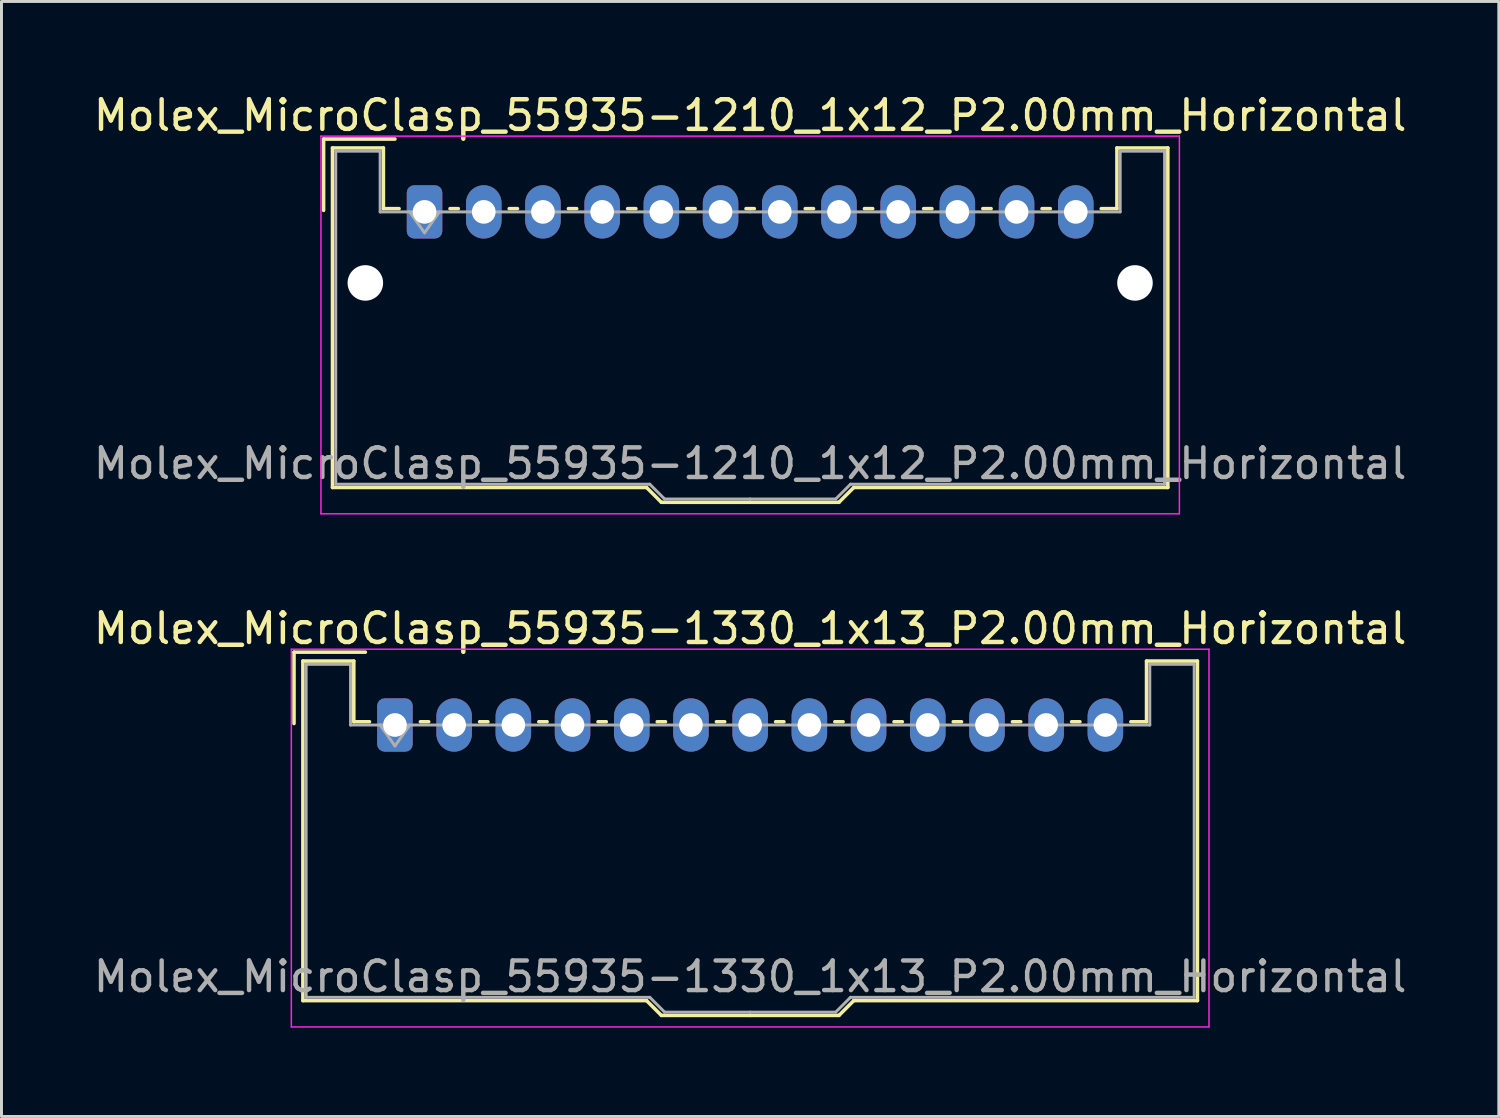
<source format=kicad_pcb>
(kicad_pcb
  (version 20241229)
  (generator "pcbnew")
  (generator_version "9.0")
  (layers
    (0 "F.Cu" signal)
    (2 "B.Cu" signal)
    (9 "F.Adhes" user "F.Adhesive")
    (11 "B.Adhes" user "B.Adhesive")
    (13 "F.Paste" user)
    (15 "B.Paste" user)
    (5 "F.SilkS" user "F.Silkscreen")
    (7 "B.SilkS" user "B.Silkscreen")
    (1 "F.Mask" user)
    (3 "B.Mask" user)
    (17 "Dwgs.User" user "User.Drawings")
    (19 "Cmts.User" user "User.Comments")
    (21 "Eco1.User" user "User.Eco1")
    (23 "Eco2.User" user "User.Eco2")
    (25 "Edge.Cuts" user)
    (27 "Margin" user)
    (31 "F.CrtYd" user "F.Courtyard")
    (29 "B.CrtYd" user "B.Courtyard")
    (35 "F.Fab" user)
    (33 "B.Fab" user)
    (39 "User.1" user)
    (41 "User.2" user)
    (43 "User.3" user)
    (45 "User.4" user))
  (footprint "Molex_MicroClasp_55935-1330_1x13_P2.00mm_Horizontal"
    (layer "F.Cu")
    (at 10.292 21.442)
    (property "Reference" "Molex_MicroClasp_55935-1330_1x13_P2.00mm_Horizontal" (at 12 -3.26 0) (layer "F.SilkS") (effects (font (size 1 1) (thickness 0.15))))
    (attr through_hole)
    (fp_line (start -3.41 -2.46) (end -1 -2.46) (stroke (width 0.12) (type solid)) (layer "F.SilkS"))
    (fp_line (start -3.41 -0.05) (end -3.41 -2.46) (stroke (width 0.12) (type solid)) (layer "F.SilkS"))
    (fp_line (start -3.11 -2.16) (end -1.39 -2.16) (stroke (width 0.12) (type solid)) (layer "F.SilkS"))
    (fp_line (start -3.11 9.31) (end -3.11 -2.16) (stroke (width 0.12) (type solid)) (layer "F.SilkS"))
    (fp_line (start -1.39 -2.16) (end -1.39 -0.11) (stroke (width 0.12) (type solid)) (layer "F.SilkS"))
    (fp_line (start -1.39 -0.11) (end -0.86 -0.11) (stroke (width 0.12) (type solid)) (layer "F.SilkS"))
    (fp_line (start 0.86 -0.11) (end 1.14 -0.11) (stroke (width 0.12) (type solid)) (layer "F.SilkS"))
    (fp_line (start 2.86 -0.11) (end 3.14 -0.11) (stroke (width 0.12) (type solid)) (layer "F.SilkS"))
    (fp_line (start 4.86 -0.11) (end 5.14 -0.11) (stroke (width 0.12) (type solid)) (layer "F.SilkS"))
    (fp_line (start 6.86 -0.11) (end 7.14 -0.11) (stroke (width 0.12) (type solid)) (layer "F.SilkS"))
    (fp_line (start 8.5 9.31) (end -3.11 9.31) (stroke (width 0.12) (type solid)) (layer "F.SilkS"))
    (fp_line (start 8.86 -0.11) (end 9.14 -0.11) (stroke (width 0.12) (type solid)) (layer "F.SilkS"))
    (fp_line (start 9 9.81) (end 8.5 9.31) (stroke (width 0.12) (type solid)) (layer "F.SilkS"))
    (fp_line (start 10.86 -0.11) (end 11.14 -0.11) (stroke (width 0.12) (type solid)) (layer "F.SilkS"))
    (fp_line (start 12 9.81) (end 9 9.81) (stroke (width 0.12) (type solid)) (layer "F.SilkS"))
    (fp_line (start 12 9.81) (end 15 9.81) (stroke (width 0.12) (type solid)) (layer "F.SilkS"))
    (fp_line (start 12.86 -0.11) (end 13.14 -0.11) (stroke (width 0.12) (type solid)) (layer "F.SilkS"))
    (fp_line (start 14.86 -0.11) (end 15.14 -0.11) (stroke (width 0.12) (type solid)) (layer "F.SilkS"))
    (fp_line (start 15 9.81) (end 15.5 9.31) (stroke (width 0.12) (type solid)) (layer "F.SilkS"))
    (fp_line (start 15.5 9.31) (end 27.11 9.31) (stroke (width 0.12) (type solid)) (layer "F.SilkS"))
    (fp_line (start 16.86 -0.11) (end 17.14 -0.11) (stroke (width 0.12) (type solid)) (layer "F.SilkS"))
    (fp_line (start 18.86 -0.11) (end 19.14 -0.11) (stroke (width 0.12) (type solid)) (layer "F.SilkS"))
    (fp_line (start 20.86 -0.11) (end 21.14 -0.11) (stroke (width 0.12) (type solid)) (layer "F.SilkS"))
    (fp_line (start 22.86 -0.11) (end 23.14 -0.11) (stroke (width 0.12) (type solid)) (layer "F.SilkS"))
    (fp_line (start 25.39 -2.16) (end 25.39 -0.11) (stroke (width 0.12) (type solid)) (layer "F.SilkS"))
    (fp_line (start 25.39 -0.11) (end 24.86 -0.11) (stroke (width 0.12) (type solid)) (layer "F.SilkS"))
    (fp_line (start 27.11 -2.16) (end 25.39 -2.16) (stroke (width 0.12) (type solid)) (layer "F.SilkS"))
    (fp_line (start 27.11 9.31) (end 27.11 -2.16) (stroke (width 0.12) (type solid)) (layer "F.SilkS"))
    (fp_line (start -3.5 -2.56) (end -3.5 10.2) (stroke (width 0.05) (type solid)) (layer "F.CrtYd"))
    (fp_line (start -3.5 10.2) (end 27.5 10.2) (stroke (width 0.05) (type solid)) (layer "F.CrtYd"))
    (fp_line (start 27.5 -2.56) (end -3.5 -2.56) (stroke (width 0.05) (type solid)) (layer "F.CrtYd"))
    (fp_line (start 27.5 10.2) (end 27.5 -2.56) (stroke (width 0.05) (type solid)) (layer "F.CrtYd"))
    (fp_line (start -3 -2.05) (end -1.5 -2.05) (stroke (width 0.1) (type solid)) (layer "F.Fab"))
    (fp_line (start -3 9.2) (end -3 -2.05) (stroke (width 0.1) (type solid)) (layer "F.Fab"))
    (fp_line (start -1.5 -2.05) (end -1.5 0) (stroke (width 0.1) (type solid)) (layer "F.Fab"))
    (fp_line (start -1.5 0) (end 12 0) (stroke (width 0.1) (type solid)) (layer "F.Fab"))
    (fp_line (start -0.5 0) (end 0 0.707) (stroke (width 0.1) (type solid)) (layer "F.Fab"))
    (fp_line (start 0 0.707) (end 0.5 0) (stroke (width 0.1) (type solid)) (layer "F.Fab"))
    (fp_line (start 8.61 9.2) (end -3 9.2) (stroke (width 0.1) (type solid)) (layer "F.Fab"))
    (fp_line (start 9.11 9.7) (end 8.61 9.2) (stroke (width 0.1) (type solid)) (layer "F.Fab"))
    (fp_line (start 12 9.7) (end 9.11 9.7) (stroke (width 0.1) (type solid)) (layer "F.Fab"))
    (fp_line (start 12 9.7) (end 14.89 9.7) (stroke (width 0.1) (type solid)) (layer "F.Fab"))
    (fp_line (start 14.89 9.7) (end 15.39 9.2) (stroke (width 0.1) (type solid)) (layer "F.Fab"))
    (fp_line (start 15.39 9.2) (end 27 9.2) (stroke (width 0.1) (type solid)) (layer "F.Fab"))
    (fp_line (start 25.5 -2.05) (end 25.5 0) (stroke (width 0.1) (type solid)) (layer "F.Fab"))
    (fp_line (start 25.5 0) (end 12 0) (stroke (width 0.1) (type solid)) (layer "F.Fab"))
    (fp_line (start 27 -2.05) (end 25.5 -2.05) (stroke (width 0.1) (type solid)) (layer "F.Fab"))
    (fp_line (start 27 9.2) (end 27 -2.05) (stroke (width 0.1) (type solid)) (layer "F.Fab"))
    (fp_text user "${REFERENCE}" (at 12 8.5 0) (layer "F.Fab") (effects (font (size 1 1) (thickness 0.15))))
    (pad "1" thru_hole roundrect (at 0 0) (size 1.2 1.8) (drill 0.8) (layers "*.Cu" "*.Mask") (roundrect_rratio 0.208))
    (pad "2" thru_hole oval (at 2 0) (size 1.2 1.8) (drill 0.8) (layers "*.Cu" "*.Mask"))
    (pad "3" thru_hole oval (at 4 0) (size 1.2 1.8) (drill 0.8) (layers "*.Cu" "*.Mask"))
    (pad "4" thru_hole oval (at 6 0) (size 1.2 1.8) (drill 0.8) (layers "*.Cu" "*.Mask"))
    (pad "5" thru_hole oval (at 8 0) (size 1.2 1.8) (drill 0.8) (layers "*.Cu" "*.Mask"))
    (pad "6" thru_hole oval (at 10 0) (size 1.2 1.8) (drill 0.8) (layers "*.Cu" "*.Mask"))
    (pad "7" thru_hole oval (at 12 0) (size 1.2 1.8) (drill 0.8) (layers "*.Cu" "*.Mask"))
    (pad "8" thru_hole oval (at 14 0) (size 1.2 1.8) (drill 0.8) (layers "*.Cu" "*.Mask"))
    (pad "9" thru_hole oval (at 16 0) (size 1.2 1.8) (drill 0.8) (layers "*.Cu" "*.Mask"))
    (pad "10" thru_hole oval (at 18 0) (size 1.2 1.8) (drill 0.8) (layers "*.Cu" "*.Mask"))
    (pad "11" thru_hole oval (at 20 0) (size 1.2 1.8) (drill 0.8) (layers "*.Cu" "*.Mask"))
    (pad "12" thru_hole oval (at 22 0) (size 1.2 1.8) (drill 0.8) (layers "*.Cu" "*.Mask"))
    (pad "13" thru_hole oval (at 24 0) (size 1.2 1.8) (drill 0.8) (layers "*.Cu" "*.Mask")))
  (footprint "Molex_MicroClasp_55935-1210_1x12_P2.00mm_Horizontal"
    (layer "F.Cu")
    (at 11.292 4.108)
    (property "Reference" "Molex_MicroClasp_55935-1210_1x12_P2.00mm_Horizontal" (at 11 -3.26 0) (layer "F.SilkS") (effects (font (size 1 1) (thickness 0.15))))
    (attr through_hole)
    (fp_line (start -3.41 -2.46) (end -1 -2.46) (stroke (width 0.12) (type solid)) (layer "F.SilkS"))
    (fp_line (start -3.41 -0.05) (end -3.41 -2.46) (stroke (width 0.12) (type solid)) (layer "F.SilkS"))
    (fp_line (start -3.11 -2.16) (end -1.39 -2.16) (stroke (width 0.12) (type solid)) (layer "F.SilkS"))
    (fp_line (start -3.11 9.31) (end -3.11 -2.16) (stroke (width 0.12) (type solid)) (layer "F.SilkS"))
    (fp_line (start -1.39 -2.16) (end -1.39 -0.11) (stroke (width 0.12) (type solid)) (layer "F.SilkS"))
    (fp_line (start -1.39 -0.11) (end -0.86 -0.11) (stroke (width 0.12) (type solid)) (layer "F.SilkS"))
    (fp_line (start 0.86 -0.11) (end 1.14 -0.11) (stroke (width 0.12) (type solid)) (layer "F.SilkS"))
    (fp_line (start 2.86 -0.11) (end 3.14 -0.11) (stroke (width 0.12) (type solid)) (layer "F.SilkS"))
    (fp_line (start 4.86 -0.11) (end 5.14 -0.11) (stroke (width 0.12) (type solid)) (layer "F.SilkS"))
    (fp_line (start 6.86 -0.11) (end 7.14 -0.11) (stroke (width 0.12) (type solid)) (layer "F.SilkS"))
    (fp_line (start 7.5 9.31) (end -3.11 9.31) (stroke (width 0.12) (type solid)) (layer "F.SilkS"))
    (fp_line (start 8 9.81) (end 7.5 9.31) (stroke (width 0.12) (type solid)) (layer "F.SilkS"))
    (fp_line (start 8.86 -0.11) (end 9.14 -0.11) (stroke (width 0.12) (type solid)) (layer "F.SilkS"))
    (fp_line (start 10.86 -0.11) (end 11.14 -0.11) (stroke (width 0.12) (type solid)) (layer "F.SilkS"))
    (fp_line (start 11 9.81) (end 8 9.81) (stroke (width 0.12) (type solid)) (layer "F.SilkS"))
    (fp_line (start 11 9.81) (end 14 9.81) (stroke (width 0.12) (type solid)) (layer "F.SilkS"))
    (fp_line (start 12.86 -0.11) (end 13.14 -0.11) (stroke (width 0.12) (type solid)) (layer "F.SilkS"))
    (fp_line (start 14 9.81) (end 14.5 9.31) (stroke (width 0.12) (type solid)) (layer "F.SilkS"))
    (fp_line (start 14.5 9.31) (end 25.11 9.31) (stroke (width 0.12) (type solid)) (layer "F.SilkS"))
    (fp_line (start 14.86 -0.11) (end 15.14 -0.11) (stroke (width 0.12) (type solid)) (layer "F.SilkS"))
    (fp_line (start 16.86 -0.11) (end 17.14 -0.11) (stroke (width 0.12) (type solid)) (layer "F.SilkS"))
    (fp_line (start 18.86 -0.11) (end 19.14 -0.11) (stroke (width 0.12) (type solid)) (layer "F.SilkS"))
    (fp_line (start 20.86 -0.11) (end 21.14 -0.11) (stroke (width 0.12) (type solid)) (layer "F.SilkS"))
    (fp_line (start 23.39 -2.16) (end 23.39 -0.11) (stroke (width 0.12) (type solid)) (layer "F.SilkS"))
    (fp_line (start 23.39 -0.11) (end 22.86 -0.11) (stroke (width 0.12) (type solid)) (layer "F.SilkS"))
    (fp_line (start 25.11 -2.16) (end 23.39 -2.16) (stroke (width 0.12) (type solid)) (layer "F.SilkS"))
    (fp_line (start 25.11 9.31) (end 25.11 -2.16) (stroke (width 0.12) (type solid)) (layer "F.SilkS"))
    (fp_line (start -3.5 -2.56) (end -3.5 10.2) (stroke (width 0.05) (type solid)) (layer "F.CrtYd"))
    (fp_line (start -3.5 10.2) (end 25.5 10.2) (stroke (width 0.05) (type solid)) (layer "F.CrtYd"))
    (fp_line (start 25.5 -2.56) (end -3.5 -2.56) (stroke (width 0.05) (type solid)) (layer "F.CrtYd"))
    (fp_line (start 25.5 10.2) (end 25.5 -2.56) (stroke (width 0.05) (type solid)) (layer "F.CrtYd"))
    (fp_line (start -3 -2.05) (end -1.5 -2.05) (stroke (width 0.1) (type solid)) (layer "F.Fab"))
    (fp_line (start -3 9.2) (end -3 -2.05) (stroke (width 0.1) (type solid)) (layer "F.Fab"))
    (fp_line (start -1.5 -2.05) (end -1.5 0) (stroke (width 0.1) (type solid)) (layer "F.Fab"))
    (fp_line (start -1.5 0) (end 11 0) (stroke (width 0.1) (type solid)) (layer "F.Fab"))
    (fp_line (start -0.5 0) (end 0 0.707) (stroke (width 0.1) (type solid)) (layer "F.Fab"))
    (fp_line (start 0 0.707) (end 0.5 0) (stroke (width 0.1) (type solid)) (layer "F.Fab"))
    (fp_line (start 7.61 9.2) (end -3 9.2) (stroke (width 0.1) (type solid)) (layer "F.Fab"))
    (fp_line (start 8.11 9.7) (end 7.61 9.2) (stroke (width 0.1) (type solid)) (layer "F.Fab"))
    (fp_line (start 11 9.7) (end 8.11 9.7) (stroke (width 0.1) (type solid)) (layer "F.Fab"))
    (fp_line (start 11 9.7) (end 13.89 9.7) (stroke (width 0.1) (type solid)) (layer "F.Fab"))
    (fp_line (start 13.89 9.7) (end 14.39 9.2) (stroke (width 0.1) (type solid)) (layer "F.Fab"))
    (fp_line (start 14.39 9.2) (end 25 9.2) (stroke (width 0.1) (type solid)) (layer "F.Fab"))
    (fp_line (start 23.5 -2.05) (end 23.5 0) (stroke (width 0.1) (type solid)) (layer "F.Fab"))
    (fp_line (start 23.5 0) (end 11 0) (stroke (width 0.1) (type solid)) (layer "F.Fab"))
    (fp_line (start 25 -2.05) (end 23.5 -2.05) (stroke (width 0.1) (type solid)) (layer "F.Fab"))
    (fp_line (start 25 9.2) (end 25 -2.05) (stroke (width 0.1) (type solid)) (layer "F.Fab"))
    (fp_text user "${REFERENCE}" (at 11 8.5 0) (layer "F.Fab") (effects (font (size 1 1) (thickness 0.15))))
    (pad "" np_thru_hole circle (at -2 2.4) (size 1.2 1.2) (drill 1.2) (layers "*.Cu" "*.Mask"))
    (pad "" np_thru_hole circle (at 24 2.4) (size 1.2 1.2) (drill 1.2) (layers "*.Cu" "*.Mask"))
    (pad "1" thru_hole roundrect (at 0 0) (size 1.2 1.8) (drill 0.8) (layers "*.Cu" "*.Mask") (roundrect_rratio 0.208))
    (pad "2" thru_hole oval (at 2 0) (size 1.2 1.8) (drill 0.8) (layers "*.Cu" "*.Mask"))
    (pad "3" thru_hole oval (at 4 0) (size 1.2 1.8) (drill 0.8) (layers "*.Cu" "*.Mask"))
    (pad "4" thru_hole oval (at 6 0) (size 1.2 1.8) (drill 0.8) (layers "*.Cu" "*.Mask"))
    (pad "5" thru_hole oval (at 8 0) (size 1.2 1.8) (drill 0.8) (layers "*.Cu" "*.Mask"))
    (pad "6" thru_hole oval (at 10 0) (size 1.2 1.8) (drill 0.8) (layers "*.Cu" "*.Mask"))
    (pad "7" thru_hole oval (at 12 0) (size 1.2 1.8) (drill 0.8) (layers "*.Cu" "*.Mask"))
    (pad "8" thru_hole oval (at 14 0) (size 1.2 1.8) (drill 0.8) (layers "*.Cu" "*.Mask"))
    (pad "9" thru_hole oval (at 16 0) (size 1.2 1.8) (drill 0.8) (layers "*.Cu" "*.Mask"))
    (pad "10" thru_hole oval (at 18 0) (size 1.2 1.8) (drill 0.8) (layers "*.Cu" "*.Mask"))
    (pad "11" thru_hole oval (at 20 0) (size 1.2 1.8) (drill 0.8) (layers "*.Cu" "*.Mask"))
    (pad "12" thru_hole oval (at 22 0) (size 1.2 1.8) (drill 0.8) (layers "*.Cu" "*.Mask")))
  (gr_rect
    (start -3 -3)
    (end 47.583 34.666)
    (stroke (width 0.1) (type default))
    (fill no)
    (layer "Edge.Cuts")))
</source>
